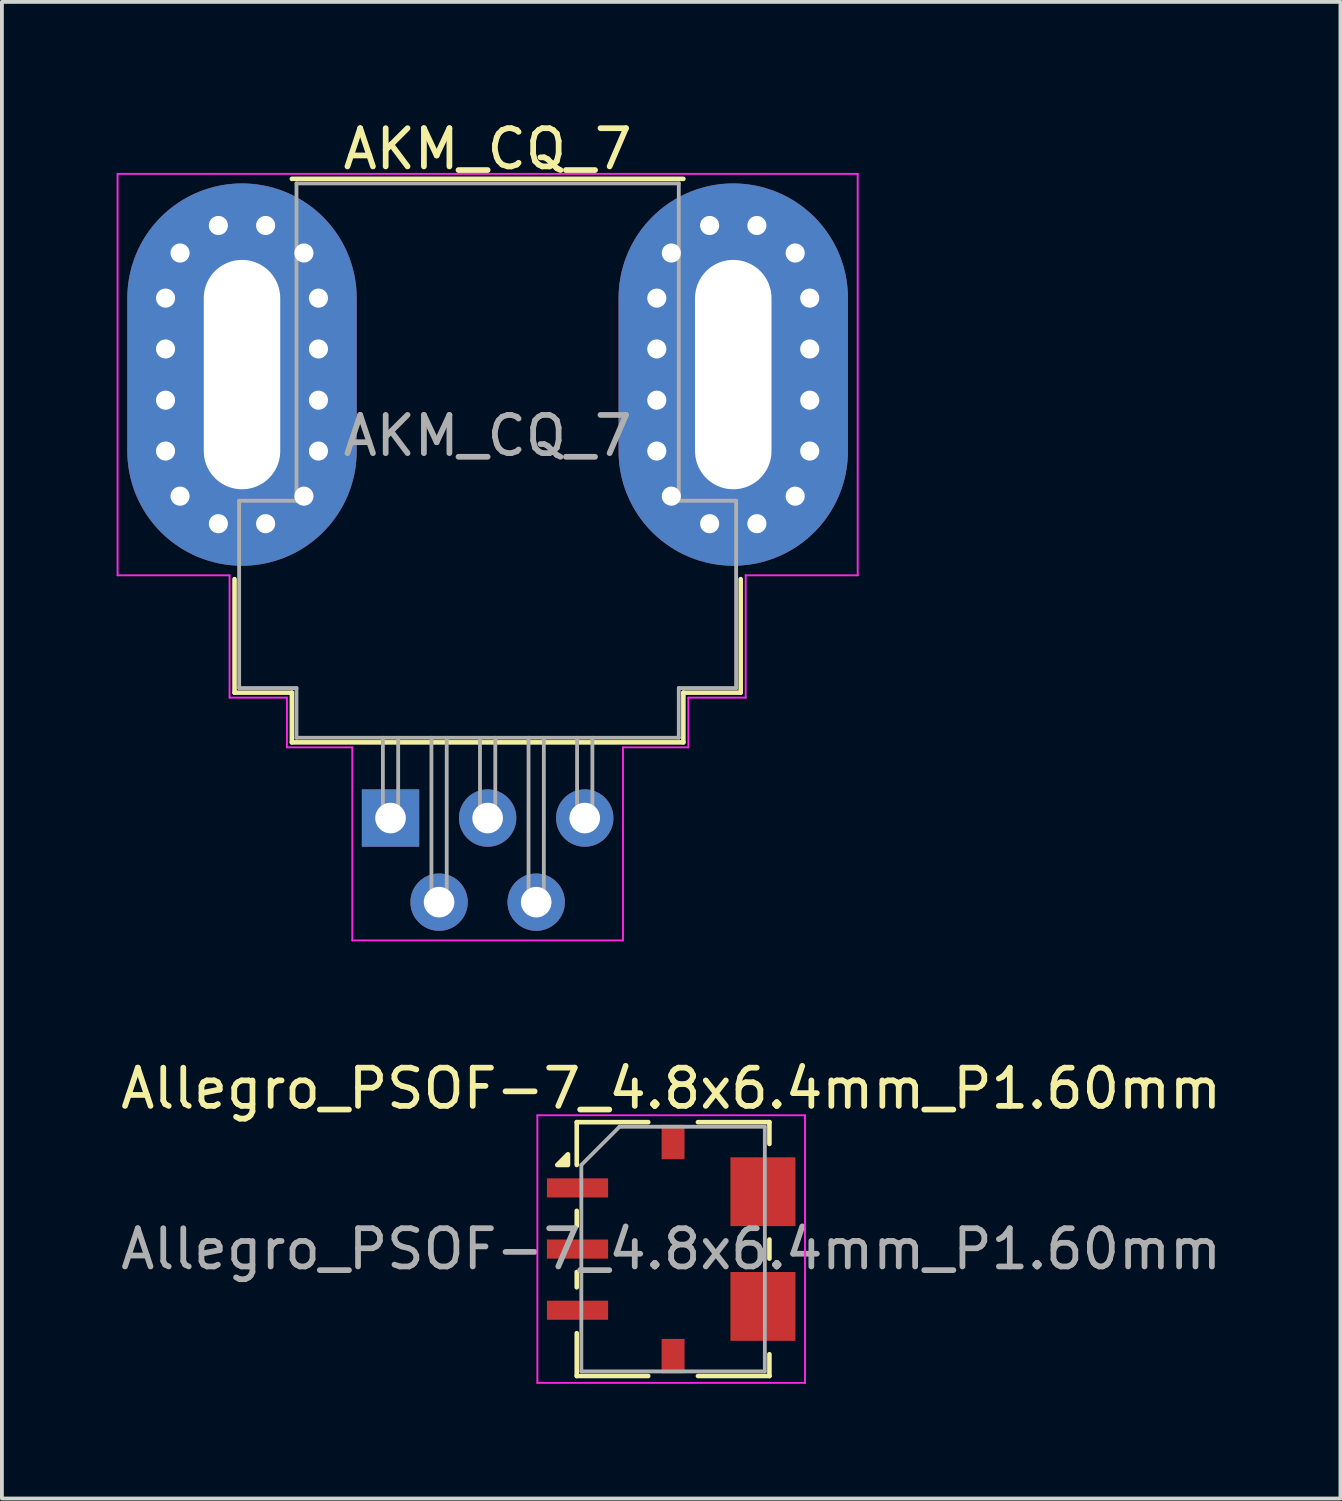
<source format=kicad_pcb>
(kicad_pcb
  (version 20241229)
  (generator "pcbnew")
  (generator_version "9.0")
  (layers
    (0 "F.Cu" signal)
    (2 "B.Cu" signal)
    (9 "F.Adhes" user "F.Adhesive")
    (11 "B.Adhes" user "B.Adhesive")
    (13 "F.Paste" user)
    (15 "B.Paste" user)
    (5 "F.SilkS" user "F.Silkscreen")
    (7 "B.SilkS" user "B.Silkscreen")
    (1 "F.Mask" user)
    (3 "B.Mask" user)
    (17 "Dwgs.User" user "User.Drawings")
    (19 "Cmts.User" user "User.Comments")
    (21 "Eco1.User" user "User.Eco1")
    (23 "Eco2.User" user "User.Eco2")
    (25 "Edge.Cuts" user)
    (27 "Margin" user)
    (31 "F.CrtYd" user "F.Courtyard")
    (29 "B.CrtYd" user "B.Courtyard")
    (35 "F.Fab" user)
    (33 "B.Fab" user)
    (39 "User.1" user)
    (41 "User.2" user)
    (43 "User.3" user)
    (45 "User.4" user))
  (footprint "Allegro_PSOF-7_4.8x6.4mm_P1.60mm"
    (layer "F.Cu")
    (at 14.506 29.622)
    (property "Reference" "Allegro_PSOF-7_4.8x6.4mm_P1.60mm" (at 0 -4.2 0) (layer "F.SilkS") (effects (font (size 1 1) (thickness 0.15))))
    (attr smd)
    (fp_line (start -2.47 -3.32) (end -2.47 -2.2) (stroke (width 0.12) (type solid)) (layer "F.SilkS"))
    (fp_line (start -2.47 -0.6) (end -2.47 -1) (stroke (width 0.12) (type solid)) (layer "F.SilkS"))
    (fp_line (start -2.47 0.6) (end -2.47 1) (stroke (width 0.12) (type solid)) (layer "F.SilkS"))
    (fp_line (start -2.47 3.32) (end -2.47 2.2) (stroke (width 0.12) (type solid)) (layer "F.SilkS"))
    (fp_line (start -0.6 -3.32) (end -2.47 -3.32) (stroke (width 0.12) (type solid)) (layer "F.SilkS"))
    (fp_line (start -0.6 3.32) (end -2.47 3.32) (stroke (width 0.12) (type solid)) (layer "F.SilkS"))
    (fp_line (start 2.57 -3.32) (end 0.7 -3.32) (stroke (width 0.12) (type solid)) (layer "F.SilkS"))
    (fp_line (start 2.57 -3.32) (end 2.57 -2.75) (stroke (width 0.12) (type solid)) (layer "F.SilkS"))
    (fp_line (start 2.57 0.25) (end 2.57 -0.25) (stroke (width 0.12) (type solid)) (layer "F.SilkS"))
    (fp_line (start 2.57 3.32) (end 0.7 3.32) (stroke (width 0.12) (type solid)) (layer "F.SilkS"))
    (fp_line (start 2.57 3.32) (end 2.57 2.75) (stroke (width 0.12) (type solid)) (layer "F.SilkS"))
    (fp_poly (pts (xy -2.7 -2.2) (xy -2.98 -2.2) (xy -2.7 -2.48) (xy -2.7 -2.2)) (stroke (width 0.12) (type solid)) (fill yes) (layer "F.SilkS"))
    (fp_line (start -3.5 -3.5) (end 3.5 -3.5) (stroke (width 0.05) (type solid)) (layer "F.CrtYd"))
    (fp_line (start -3.5 3.5) (end -3.5 -3.5) (stroke (width 0.05) (type solid)) (layer "F.CrtYd"))
    (fp_line (start 3.5 -3.5) (end 3.5 3.5) (stroke (width 0.05) (type solid)) (layer "F.CrtYd"))
    (fp_line (start 3.5 3.5) (end -3.5 3.5) (stroke (width 0.05) (type solid)) (layer "F.CrtYd"))
    (fp_line (start -2.35 3.2) (end -2.35 -2.2) (stroke (width 0.1) (type solid)) (layer "F.Fab"))
    (fp_line (start -1.35 -3.2) (end -2.35 -2.2) (stroke (width 0.1) (type solid)) (layer "F.Fab"))
    (fp_line (start -1.35 -3.2) (end 2.45 -3.2) (stroke (width 0.1) (type solid)) (layer "F.Fab"))
    (fp_line (start 2.45 -3.2) (end 2.45 3.2) (stroke (width 0.1) (type solid)) (layer "F.Fab"))
    (fp_line (start 2.45 3.2) (end -2.35 3.2) (stroke (width 0.1) (type solid)) (layer "F.Fab"))
    (fp_text user "${REFERENCE}" (at 0 0 0) (layer "F.Fab") (effects (font (size 1 1) (thickness 0.15))))
    (pad "1" smd rect (at -2.45 -1.6) (size 1.6 0.5) (layers "F.Cu" "F.Mask" "F.Paste"))
    (pad "2" smd rect (at -2.45 0) (size 1.6 0.5) (layers "F.Cu" "F.Mask" "F.Paste"))
    (pad "3" smd rect (at -2.45 1.6) (size 1.6 0.5) (layers "F.Cu" "F.Mask" "F.Paste"))
    (pad "4" smd rect (at 0.05 2.8) (size 0.6 0.9) (layers "F.Cu" "F.Mask" "F.Paste"))
    (pad "5" smd rect (at 2.4 1.5) (size 1.7 1.8) (layers "F.Cu" "F.Mask" "F.Paste"))
    (pad "6" smd rect (at 2.4 -1.5) (size 1.7 1.8) (layers "F.Cu" "F.Mask" "F.Paste"))
    (pad "7" smd rect (at 0.05 -2.8) (size 0.6 0.9) (layers "F.Cu" "F.Mask" "F.Paste")))
  (footprint "AKM_CQ_7"
    (layer "F.Cu")
    (at 7.165 18.348)
    (property "Reference" "AKM_CQ_7" (at 2.54 -17.5 0) (layer "F.SilkS") (effects (font (size 1 1) (thickness 0.15))))
    (attr through_hole)
    (fp_line (start -4.08 -6.25) (end -4.08 -3.28) (stroke (width 0.12) (type solid)) (layer "F.SilkS"))
    (fp_line (start -2.58 -3.28) (end -4.08 -3.28) (stroke (width 0.12) (type solid)) (layer "F.SilkS"))
    (fp_line (start -2.58 -3.28) (end -2.58 -1.98) (stroke (width 0.12) (type solid)) (layer "F.SilkS"))
    (fp_line (start -2.58 -1.98) (end 7.66 -1.98) (stroke (width 0.12) (type solid)) (layer "F.SilkS"))
    (fp_line (start 7.66 -16.72) (end -2.58 -16.72) (stroke (width 0.12) (type solid)) (layer "F.SilkS"))
    (fp_line (start 7.66 -3.28) (end 7.66 -1.98) (stroke (width 0.12) (type solid)) (layer "F.SilkS"))
    (fp_line (start 7.66 -3.28) (end 9.16 -3.28) (stroke (width 0.12) (type solid)) (layer "F.SilkS"))
    (fp_line (start 9.16 -6.25) (end 9.16 -3.28) (stroke (width 0.12) (type solid)) (layer "F.SilkS"))
    (fp_line (start -7.14 -16.85) (end -7.14 -6.35) (stroke (width 0.05) (type solid)) (layer "F.CrtYd"))
    (fp_line (start -4.21 -6.35) (end -7.14 -6.35) (stroke (width 0.05) (type solid)) (layer "F.CrtYd"))
    (fp_line (start -4.21 -3.15) (end -4.21 -6.35) (stroke (width 0.05) (type solid)) (layer "F.CrtYd"))
    (fp_line (start -2.71 -3.15) (end -4.21 -3.15) (stroke (width 0.05) (type solid)) (layer "F.CrtYd"))
    (fp_line (start -2.71 -1.85) (end -2.71 -3.15) (stroke (width 0.05) (type solid)) (layer "F.CrtYd"))
    (fp_line (start -1 -1.85) (end -2.71 -1.85) (stroke (width 0.05) (type solid)) (layer "F.CrtYd"))
    (fp_line (start -1 3.2) (end -1 -1.85) (stroke (width 0.05) (type solid)) (layer "F.CrtYd"))
    (fp_line (start -1 3.2) (end 6.08 3.2) (stroke (width 0.05) (type solid)) (layer "F.CrtYd"))
    (fp_line (start 6.08 -1.85) (end 7.79 -1.85) (stroke (width 0.05) (type solid)) (layer "F.CrtYd"))
    (fp_line (start 6.08 3.2) (end 6.08 -1.85) (stroke (width 0.05) (type solid)) (layer "F.CrtYd"))
    (fp_line (start 7.79 -3.15) (end 9.29 -3.15) (stroke (width 0.05) (type solid)) (layer "F.CrtYd"))
    (fp_line (start 7.79 -1.85) (end 7.79 -3.15) (stroke (width 0.05) (type solid)) (layer "F.CrtYd"))
    (fp_line (start 9.29 -6.35) (end 12.22 -6.35) (stroke (width 0.05) (type solid)) (layer "F.CrtYd"))
    (fp_line (start 9.29 -3.15) (end 9.29 -6.35) (stroke (width 0.05) (type solid)) (layer "F.CrtYd"))
    (fp_line (start 12.22 -16.85) (end -7.14 -16.85) (stroke (width 0.05) (type solid)) (layer "F.CrtYd"))
    (fp_line (start 12.22 -16.85) (end 12.22 -6.35) (stroke (width 0.05) (type solid)) (layer "F.CrtYd"))
    (fp_line (start -3.96 -8.3) (end -3.96 -3.4) (stroke (width 0.1) (type solid)) (layer "F.Fab"))
    (fp_line (start -2.46 -16.6) (end -2.46 -8.3) (stroke (width 0.1) (type solid)) (layer "F.Fab"))
    (fp_line (start -2.46 -8.3) (end -3.96 -8.3) (stroke (width 0.1) (type solid)) (layer "F.Fab"))
    (fp_line (start -2.46 -3.4) (end -3.96 -3.4) (stroke (width 0.1) (type solid)) (layer "F.Fab"))
    (fp_line (start -2.46 -3.4) (end -2.46 -2.1) (stroke (width 0.1) (type solid)) (layer "F.Fab"))
    (fp_line (start -2.46 -2.1) (end 7.54 -2.1) (stroke (width 0.1) (type solid)) (layer "F.Fab"))
    (fp_line (start -0.2 -2.1) (end -0.2 0) (stroke (width 0.1) (type solid)) (layer "F.Fab"))
    (fp_line (start -0.2 0) (end 0.2 0) (stroke (width 0.1) (type solid)) (layer "F.Fab"))
    (fp_line (start 0.2 0) (end 0.2 -2.1) (stroke (width 0.1) (type solid)) (layer "F.Fab"))
    (fp_line (start 1.07 -2.1) (end 1.07 2.2) (stroke (width 0.1) (type solid)) (layer "F.Fab"))
    (fp_line (start 1.07 2.2) (end 1.47 2.2) (stroke (width 0.1) (type solid)) (layer "F.Fab"))
    (fp_line (start 1.47 2.2) (end 1.47 -2.1) (stroke (width 0.1) (type solid)) (layer "F.Fab"))
    (fp_line (start 2.34 -2.1) (end 2.34 0) (stroke (width 0.1) (type solid)) (layer "F.Fab"))
    (fp_line (start 2.34 0) (end 2.74 0) (stroke (width 0.1) (type solid)) (layer "F.Fab"))
    (fp_line (start 2.74 0) (end 2.74 -2.1) (stroke (width 0.1) (type solid)) (layer "F.Fab"))
    (fp_line (start 3.61 -2.1) (end 3.61 2.2) (stroke (width 0.1) (type solid)) (layer "F.Fab"))
    (fp_line (start 3.61 2.2) (end 4.01 2.2) (stroke (width 0.1) (type solid)) (layer "F.Fab"))
    (fp_line (start 4.01 2.2) (end 4.01 -2.1) (stroke (width 0.1) (type solid)) (layer "F.Fab"))
    (fp_line (start 4.88 -2.1) (end 4.88 0) (stroke (width 0.1) (type solid)) (layer "F.Fab"))
    (fp_line (start 4.88 0) (end 5.28 0) (stroke (width 0.1) (type solid)) (layer "F.Fab"))
    (fp_line (start 5.28 0) (end 5.28 -2.1) (stroke (width 0.1) (type solid)) (layer "F.Fab"))
    (fp_line (start 7.54 -16.6) (end -2.46 -16.6) (stroke (width 0.1) (type solid)) (layer "F.Fab"))
    (fp_line (start 7.54 -16.6) (end 7.54 -8.3) (stroke (width 0.1) (type solid)) (layer "F.Fab"))
    (fp_line (start 7.54 -8.3) (end 9.04 -8.3) (stroke (width 0.1) (type solid)) (layer "F.Fab"))
    (fp_line (start 7.54 -3.4) (end 7.54 -2.1) (stroke (width 0.1) (type solid)) (layer "F.Fab"))
    (fp_line (start 7.54 -3.4) (end 9.04 -3.4) (stroke (width 0.1) (type solid)) (layer "F.Fab"))
    (fp_line (start 9.04 -8.3) (end 9.04 -3.4) (stroke (width 0.1) (type solid)) (layer "F.Fab"))
    (fp_text user "${REFERENCE}" (at 2.54 -10 0) (layer "F.Fab") (effects (font (size 1 1) (thickness 0.15))))
    (pad "1" thru_hole rect (at 0 0) (size 1.5 1.5) (drill 0.8) (layers "*.Cu" "*.Mask"))
    (pad "2" thru_hole circle (at 1.27 2.2) (size 1.5 1.5) (drill 0.8) (layers "*.Cu" "*.Mask"))
    (pad "3" thru_hole circle (at 2.54 0) (size 1.5 1.5) (drill 0.8) (layers "*.Cu" "*.Mask"))
    (pad "4" thru_hole circle (at 3.81 2.2) (size 1.5 1.5) (drill 0.8) (layers "*.Cu" "*.Mask"))
    (pad "5" thru_hole circle (at 5.08 0) (size 1.5 1.5) (drill 0.8) (layers "*.Cu" "*.Mask"))
    (pad "6" thru_hole circle (at 6.965 -13.6) (size 0.8 0.8) (drill 0.5) (layers "*.Cu" "*.Mask"))
    (pad "6" thru_hole circle (at 6.965 -12.27) (size 0.8 0.8) (drill 0.5) (layers "*.Cu" "*.Mask"))
    (pad "6" thru_hole circle (at 6.965 -10.93) (size 0.8 0.8) (drill 0.5) (layers "*.Cu" "*.Mask"))
    (pad "6" thru_hole circle (at 6.965 -9.6) (size 0.8 0.8) (drill 0.5) (layers "*.Cu" "*.Mask"))
    (pad "6" thru_hole circle (at 7.345 -14.78) (size 0.8 0.8) (drill 0.5) (layers "*.Cu" "*.Mask"))
    (pad "6" thru_hole circle (at 7.345 -8.42) (size 0.8 0.8) (drill 0.5) (layers "*.Cu" "*.Mask"))
    (pad "6" thru_hole circle (at 8.347 -15.5) (size 0.8 0.8) (drill 0.5) (layers "*.Cu" "*.Mask"))
    (pad "6" thru_hole circle (at 8.347 -7.7) (size 0.8 0.8) (drill 0.5) (layers "*.Cu" "*.Mask"))
    (pad "6" thru_hole oval (at 8.965 -11.6) (size 6 10) (drill oval 2 6) (layers "*.Cu" "*.Mask"))
    (pad "6" thru_hole circle (at 9.583 -15.5) (size 0.8 0.8) (drill 0.5) (layers "*.Cu" "*.Mask"))
    (pad "6" thru_hole circle (at 9.583 -7.7) (size 0.8 0.8) (drill 0.5) (layers "*.Cu" "*.Mask"))
    (pad "6" thru_hole circle (at 10.585 -14.78) (size 0.8 0.8) (drill 0.5) (layers "*.Cu" "*.Mask"))
    (pad "6" thru_hole circle (at 10.585 -8.42) (size 0.8 0.8) (drill 0.5) (layers "*.Cu" "*.Mask"))
    (pad "6" thru_hole circle (at 10.965 -13.6) (size 0.8 0.8) (drill 0.5) (layers "*.Cu" "*.Mask"))
    (pad "6" thru_hole circle (at 10.965 -12.27) (size 0.8 0.8) (drill 0.5) (layers "*.Cu" "*.Mask"))
    (pad "6" thru_hole circle (at 10.965 -10.93) (size 0.8 0.8) (drill 0.5) (layers "*.Cu" "*.Mask"))
    (pad "6" thru_hole circle (at 10.965 -9.6) (size 0.8 0.8) (drill 0.5) (layers "*.Cu" "*.Mask"))
    (pad "7" thru_hole circle (at -5.885 -13.6) (size 0.8 0.8) (drill 0.5) (layers "*.Cu" "*.Mask"))
    (pad "7" thru_hole circle (at -5.885 -12.27) (size 0.8 0.8) (drill 0.5) (layers "*.Cu" "*.Mask"))
    (pad "7" thru_hole circle (at -5.885 -10.93) (size 0.8 0.8) (drill 0.5) (layers "*.Cu" "*.Mask"))
    (pad "7" thru_hole circle (at -5.885 -9.6) (size 0.8 0.8) (drill 0.5) (layers "*.Cu" "*.Mask"))
    (pad "7" thru_hole circle (at -5.505 -14.78) (size 0.8 0.8) (drill 0.5) (layers "*.Cu" "*.Mask"))
    (pad "7" thru_hole circle (at -5.505 -8.42) (size 0.8 0.8) (drill 0.5) (layers "*.Cu" "*.Mask"))
    (pad "7" thru_hole circle (at -4.503 -15.5) (size 0.8 0.8) (drill 0.5) (layers "*.Cu" "*.Mask"))
    (pad "7" thru_hole circle (at -4.503 -7.7) (size 0.8 0.8) (drill 0.5) (layers "*.Cu" "*.Mask"))
    (pad "7" thru_hole oval (at -3.885 -11.6) (size 6 10) (drill oval 2 6) (layers "*.Cu" "*.Mask"))
    (pad "7" thru_hole circle (at -3.267 -15.5) (size 0.8 0.8) (drill 0.5) (layers "*.Cu" "*.Mask"))
    (pad "7" thru_hole circle (at -3.267 -7.7) (size 0.8 0.8) (drill 0.5) (layers "*.Cu" "*.Mask"))
    (pad "7" thru_hole circle (at -2.265 -14.78) (size 0.8 0.8) (drill 0.5) (layers "*.Cu" "*.Mask"))
    (pad "7" thru_hole circle (at -2.265 -8.42) (size 0.8 0.8) (drill 0.5) (layers "*.Cu" "*.Mask"))
    (pad "7" thru_hole circle (at -1.885 -13.6) (size 0.8 0.8) (drill 0.5) (layers "*.Cu" "*.Mask"))
    (pad "7" thru_hole circle (at -1.885 -12.27) (size 0.8 0.8) (drill 0.5) (layers "*.Cu" "*.Mask"))
    (pad "7" thru_hole circle (at -1.885 -10.93) (size 0.8 0.8) (drill 0.5) (layers "*.Cu" "*.Mask"))
    (pad "7" thru_hole circle (at -1.885 -9.6) (size 0.8 0.8) (drill 0.5) (layers "*.Cu" "*.Mask")))
  (gr_rect
    (start -3 -3)
    (end 32.012 36.147)
    (stroke (width 0.1) (type default))
    (fill no)
    (layer "Edge.Cuts")))
</source>
